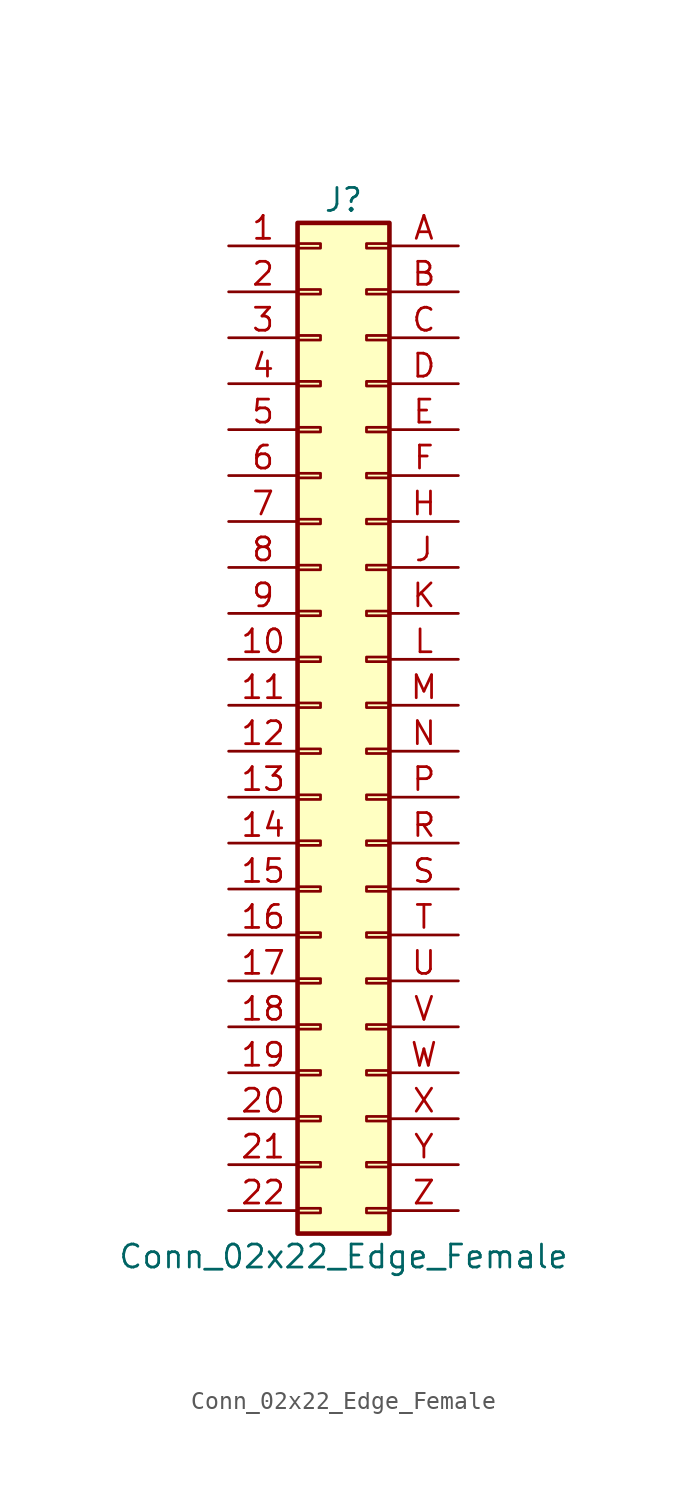
<source format=kicad_sym>
(kicad_symbol_lib
  (version 20220914)
  (generator kicad_symbol_editor)
  (symbol "Conn_02x22_Edge_Female"
    (pin_names
      (offset 1.016) hide)
    (property "Reference" "J"
      (at 0 27.94 0)
      (effects (font (size 1.27 1.27))))
    (property "Value" "Conn_02x22_Edge_Female"
      (at 0 -30.48 0)
      (effects (font (size 1.27 1.27))))
    (symbol "Conn_02x22_Edge_Female_1_1"
      (rectangle (start -2.54 -27.813) (end -1.27 -28.067) (stroke (width 0.152) (type solid)) (fill (type none)))
      (rectangle (start -2.54 -25.273) (end -1.27 -25.527) (stroke (width 0.152) (type solid)) (fill (type none)))
      (rectangle (start -2.54 -22.733) (end -1.27 -22.987) (stroke (width 0.152) (type solid)) (fill (type none)))
      (rectangle (start -2.54 -20.193) (end -1.27 -20.447) (stroke (width 0.152) (type solid)) (fill (type none)))
      (rectangle (start -2.54 -17.653) (end -1.27 -17.907) (stroke (width 0.152) (type solid)) (fill (type none)))
      (rectangle (start -2.54 -15.113) (end -1.27 -15.367) (stroke (width 0.152) (type solid)) (fill (type none)))
      (rectangle (start -2.54 -12.573) (end -1.27 -12.827) (stroke (width 0.152) (type solid)) (fill (type none)))
      (rectangle (start -2.54 -10.033) (end -1.27 -10.287) (stroke (width 0.152) (type solid)) (fill (type none)))
      (rectangle (start -2.54 -7.493) (end -1.27 -7.747) (stroke (width 0.152) (type solid)) (fill (type none)))
      (rectangle (start -2.54 -4.953) (end -1.27 -5.207) (stroke (width 0.152) (type solid)) (fill (type none)))
      (rectangle (start -2.54 -2.413) (end -1.27 -2.667) (stroke (width 0.152) (type solid)) (fill (type none)))
      (rectangle (start -2.54 0.127) (end -1.27 -0.127) (stroke (width 0.152) (type solid)) (fill (type none)))
      (rectangle (start -2.54 2.667) (end -1.27 2.413) (stroke (width 0.152) (type solid)) (fill (type none)))
      (rectangle (start -2.54 5.207) (end -1.27 4.953) (stroke (width 0.152) (type solid)) (fill (type none)))
      (rectangle (start -2.54 7.747) (end -1.27 7.493) (stroke (width 0.152) (type solid)) (fill (type none)))
      (rectangle (start -2.54 10.287) (end -1.27 10.033) (stroke (width 0.152) (type solid)) (fill (type none)))
      (rectangle (start -2.54 12.827) (end -1.27 12.573) (stroke (width 0.152) (type solid)) (fill (type none)))
      (rectangle (start -2.54 15.367) (end -1.27 15.113) (stroke (width 0.152) (type solid)) (fill (type none)))
      (rectangle (start -2.54 17.907) (end -1.27 17.653) (stroke (width 0.152) (type solid)) (fill (type none)))
      (rectangle (start -2.54 20.447) (end -1.27 20.193) (stroke (width 0.152) (type solid)) (fill (type none)))
      (rectangle (start -2.54 22.987) (end -1.27 22.733) (stroke (width 0.152) (type solid)) (fill (type none)))
      (rectangle (start -2.54 25.527) (end -1.27 25.273) (stroke (width 0.152) (type solid)) (fill (type none)))
      (rectangle (start -2.54 26.67) (end 2.54 -29.21) (stroke (width 0.254) (type solid)) (fill (type background)))
      (rectangle (start 2.54 -27.813) (end 1.27 -28.067) (stroke (width 0.152) (type solid)) (fill (type none)))
      (rectangle (start 2.54 -25.273) (end 1.27 -25.527) (stroke (width 0.152) (type solid)) (fill (type none)))
      (rectangle (start 2.54 -22.733) (end 1.27 -22.987) (stroke (width 0.152) (type solid)) (fill (type none)))
      (rectangle (start 2.54 -20.193) (end 1.27 -20.447) (stroke (width 0.152) (type solid)) (fill (type none)))
      (rectangle (start 2.54 -17.653) (end 1.27 -17.907) (stroke (width 0.152) (type solid)) (fill (type none)))
      (rectangle (start 2.54 -15.113) (end 1.27 -15.367) (stroke (width 0.152) (type solid)) (fill (type none)))
      (rectangle (start 2.54 -12.573) (end 1.27 -12.827) (stroke (width 0.152) (type solid)) (fill (type none)))
      (rectangle (start 2.54 -10.033) (end 1.27 -10.287) (stroke (width 0.152) (type solid)) (fill (type none)))
      (rectangle (start 2.54 -7.493) (end 1.27 -7.747) (stroke (width 0.152) (type solid)) (fill (type none)))
      (rectangle (start 2.54 -4.953) (end 1.27 -5.207) (stroke (width 0.152) (type solid)) (fill (type none)))
      (rectangle (start 2.54 -2.413) (end 1.27 -2.667) (stroke (width 0.152) (type solid)) (fill (type none)))
      (rectangle (start 2.54 0.127) (end 1.27 -0.127) (stroke (width 0.152) (type solid)) (fill (type none)))
      (rectangle (start 2.54 2.667) (end 1.27 2.413) (stroke (width 0.152) (type solid)) (fill (type none)))
      (rectangle (start 2.54 5.207) (end 1.27 4.953) (stroke (width 0.152) (type solid)) (fill (type none)))
      (rectangle (start 2.54 7.747) (end 1.27 7.493) (stroke (width 0.152) (type solid)) (fill (type none)))
      (rectangle (start 2.54 10.287) (end 1.27 10.033) (stroke (width 0.152) (type solid)) (fill (type none)))
      (rectangle (start 2.54 12.827) (end 1.27 12.573) (stroke (width 0.152) (type solid)) (fill (type none)))
      (rectangle (start 2.54 15.367) (end 1.27 15.113) (stroke (width 0.152) (type solid)) (fill (type none)))
      (rectangle (start 2.54 17.907) (end 1.27 17.653) (stroke (width 0.152) (type solid)) (fill (type none)))
      (rectangle (start 2.54 20.447) (end 1.27 20.193) (stroke (width 0.152) (type solid)) (fill (type none)))
      (rectangle (start 2.54 22.987) (end 1.27 22.733) (stroke (width 0.152) (type solid)) (fill (type none)))
      (rectangle (start 2.54 25.527) (end 1.27 25.273) (stroke (width 0.152) (type solid)) (fill (type none)))
      (pin passive line (at -6.35 25.4 0) (length 3.81) (name "Pin_1" (effects (font (size 1.27 1.27)))) (number "1" (effects (font (size 1.27 1.27)))))
      (pin passive line (at -6.35 2.54 0) (length 3.81) (name "Pin_10" (effects (font (size 1.27 1.27)))) (number "10" (effects (font (size 1.27 1.27)))))
      (pin passive line (at -6.35 0 0) (length 3.81) (name "Pin_11" (effects (font (size 1.27 1.27)))) (number "11" (effects (font (size 1.27 1.27)))))
      (pin passive line (at -6.35 -2.54 0) (length 3.81) (name "Pin_12" (effects (font (size 1.27 1.27)))) (number "12" (effects (font (size 1.27 1.27)))))
      (pin passive line (at -6.35 -5.08 0) (length 3.81) (name "Pin_13" (effects (font (size 1.27 1.27)))) (number "13" (effects (font (size 1.27 1.27)))))
      (pin passive line (at -6.35 -7.62 0) (length 3.81) (name "Pin_14" (effects (font (size 1.27 1.27)))) (number "14" (effects (font (size 1.27 1.27)))))
      (pin passive line (at -6.35 -10.16 0) (length 3.81) (name "Pin_15" (effects (font (size 1.27 1.27)))) (number "15" (effects (font (size 1.27 1.27)))))
      (pin passive line (at -6.35 -12.7 0) (length 3.81) (name "Pin_16" (effects (font (size 1.27 1.27)))) (number "16" (effects (font (size 1.27 1.27)))))
      (pin passive line (at -6.35 -15.24 0) (length 3.81) (name "Pin_17" (effects (font (size 1.27 1.27)))) (number "17" (effects (font (size 1.27 1.27)))))
      (pin passive line (at -6.35 -17.78 0) (length 3.81) (name "Pin_18" (effects (font (size 1.27 1.27)))) (number "18" (effects (font (size 1.27 1.27)))))
      (pin passive line (at -6.35 -20.32 0) (length 3.81) (name "Pin_19" (effects (font (size 1.27 1.27)))) (number "19" (effects (font (size 1.27 1.27)))))
      (pin passive line (at -6.35 22.86 0) (length 3.81) (name "Pin_2" (effects (font (size 1.27 1.27)))) (number "2" (effects (font (size 1.27 1.27)))))
      (pin passive line (at -6.35 -22.86 0) (length 3.81) (name "Pin_20" (effects (font (size 1.27 1.27)))) (number "20" (effects (font (size 1.27 1.27)))))
      (pin passive line (at -6.35 -25.4 0) (length 3.81) (name "Pin_21" (effects (font (size 1.27 1.27)))) (number "21" (effects (font (size 1.27 1.27)))))
      (pin passive line (at -6.35 -27.94 0) (length 3.81) (name "Pin_22" (effects (font (size 1.27 1.27)))) (number "22" (effects (font (size 1.27 1.27)))))
      (pin passive line (at -6.35 20.32 0) (length 3.81) (name "Pin_3" (effects (font (size 1.27 1.27)))) (number "3" (effects (font (size 1.27 1.27)))))
      (pin passive line (at -6.35 17.78 0) (length 3.81) (name "Pin_4" (effects (font (size 1.27 1.27)))) (number "4" (effects (font (size 1.27 1.27)))))
      (pin passive line (at -6.35 15.24 0) (length 3.81) (name "Pin_5" (effects (font (size 1.27 1.27)))) (number "5" (effects (font (size 1.27 1.27)))))
      (pin passive line (at -6.35 12.7 0) (length 3.81) (name "Pin_6" (effects (font (size 1.27 1.27)))) (number "6" (effects (font (size 1.27 1.27)))))
      (pin passive line (at -6.35 10.16 0) (length 3.81) (name "Pin_7" (effects (font (size 1.27 1.27)))) (number "7" (effects (font (size 1.27 1.27)))))
      (pin passive line (at -6.35 7.62 0) (length 3.81) (name "Pin_8" (effects (font (size 1.27 1.27)))) (number "8" (effects (font (size 1.27 1.27)))))
      (pin passive line (at -6.35 5.08 0) (length 3.81) (name "Pin_9" (effects (font (size 1.27 1.27)))) (number "9" (effects (font (size 1.27 1.27)))))
      (pin passive line (at 6.35 25.4 180) (length 3.81) (name "Pin_A" (effects (font (size 1.27 1.27)))) (number "A" (effects (font (size 1.27 1.27)))))
      (pin passive line (at 6.35 22.86 180) (length 3.81) (name "Pin_B" (effects (font (size 1.27 1.27)))) (number "B" (effects (font (size 1.27 1.27)))))
      (pin passive line (at 6.35 20.32 180) (length 3.81) (name "Pin_C" (effects (font (size 1.27 1.27)))) (number "C" (effects (font (size 1.27 1.27)))))
      (pin passive line (at 6.35 17.78 180) (length 3.81) (name "Pin_D" (effects (font (size 1.27 1.27)))) (number "D" (effects (font (size 1.27 1.27)))))
      (pin passive line (at 6.35 15.24 180) (length 3.81) (name "Pin_E" (effects (font (size 1.27 1.27)))) (number "E" (effects (font (size 1.27 1.27)))))
      (pin passive line (at 6.35 12.7 180) (length 3.81) (name "Pin_F" (effects (font (size 1.27 1.27)))) (number "F" (effects (font (size 1.27 1.27)))))
      (pin passive line (at 6.35 10.16 180) (length 3.81) (name "Pin_H" (effects (font (size 1.27 1.27)))) (number "H" (effects (font (size 1.27 1.27)))))
      (pin passive line (at 6.35 7.62 180) (length 3.81) (name "Pin_J" (effects (font (size 1.27 1.27)))) (number "J" (effects (font (size 1.27 1.27)))))
      (pin passive line (at 6.35 5.08 180) (length 3.81) (name "Pin_K" (effects (font (size 1.27 1.27)))) (number "K" (effects (font (size 1.27 1.27)))))
      (pin passive line (at 6.35 2.54 180) (length 3.81) (name "Pin_L" (effects (font (size 1.27 1.27)))) (number "L" (effects (font (size 1.27 1.27)))))
      (pin passive line (at 6.35 0 180) (length 3.81) (name "Pin_M" (effects (font (size 1.27 1.27)))) (number "M" (effects (font (size 1.27 1.27)))))
      (pin passive line (at 6.35 -2.54 180) (length 3.81) (name "Pin_N" (effects (font (size 1.27 1.27)))) (number "N" (effects (font (size 1.27 1.27)))))
      (pin passive line (at 6.35 -5.08 180) (length 3.81) (name "Pin_P" (effects (font (size 1.27 1.27)))) (number "P" (effects (font (size 1.27 1.27)))))
      (pin passive line (at 6.35 -7.62 180) (length 3.81) (name "Pin_R" (effects (font (size 1.27 1.27)))) (number "R" (effects (font (size 1.27 1.27)))))
      (pin passive line (at 6.35 -10.16 180) (length 3.81) (name "Pin_S" (effects (font (size 1.27 1.27)))) (number "S" (effects (font (size 1.27 1.27)))))
      (pin passive line (at 6.35 -12.7 180) (length 3.81) (name "Pin_T" (effects (font (size 1.27 1.27)))) (number "T" (effects (font (size 1.27 1.27)))))
      (pin passive line (at 6.35 -15.24 180) (length 3.81) (name "Pin_U" (effects (font (size 1.27 1.27)))) (number "U" (effects (font (size 1.27 1.27)))))
      (pin passive line (at 6.35 -17.78 180) (length 3.81) (name "Pin_V" (effects (font (size 1.27 1.27)))) (number "V" (effects (font (size 1.27 1.27)))))
      (pin passive line (at 6.35 -20.32 180) (length 3.81) (name "Pin_W" (effects (font (size 1.27 1.27)))) (number "W" (effects (font (size 1.27 1.27)))))
      (pin passive line (at 6.35 -22.86 180) (length 3.81) (name "Pin_X" (effects (font (size 1.27 1.27)))) (number "X" (effects (font (size 1.27 1.27)))))
      (pin passive line (at 6.35 -25.4 180) (length 3.81) (name "Pin_Y" (effects (font (size 1.27 1.27)))) (number "Y" (effects (font (size 1.27 1.27)))))
      (pin passive line (at 6.35 -27.94 180) (length 3.81) (name "Pin_Z" (effects (font (size 1.27 1.27)))) (number "Z" (effects (font (size 1.27 1.27))))))))
</source>
